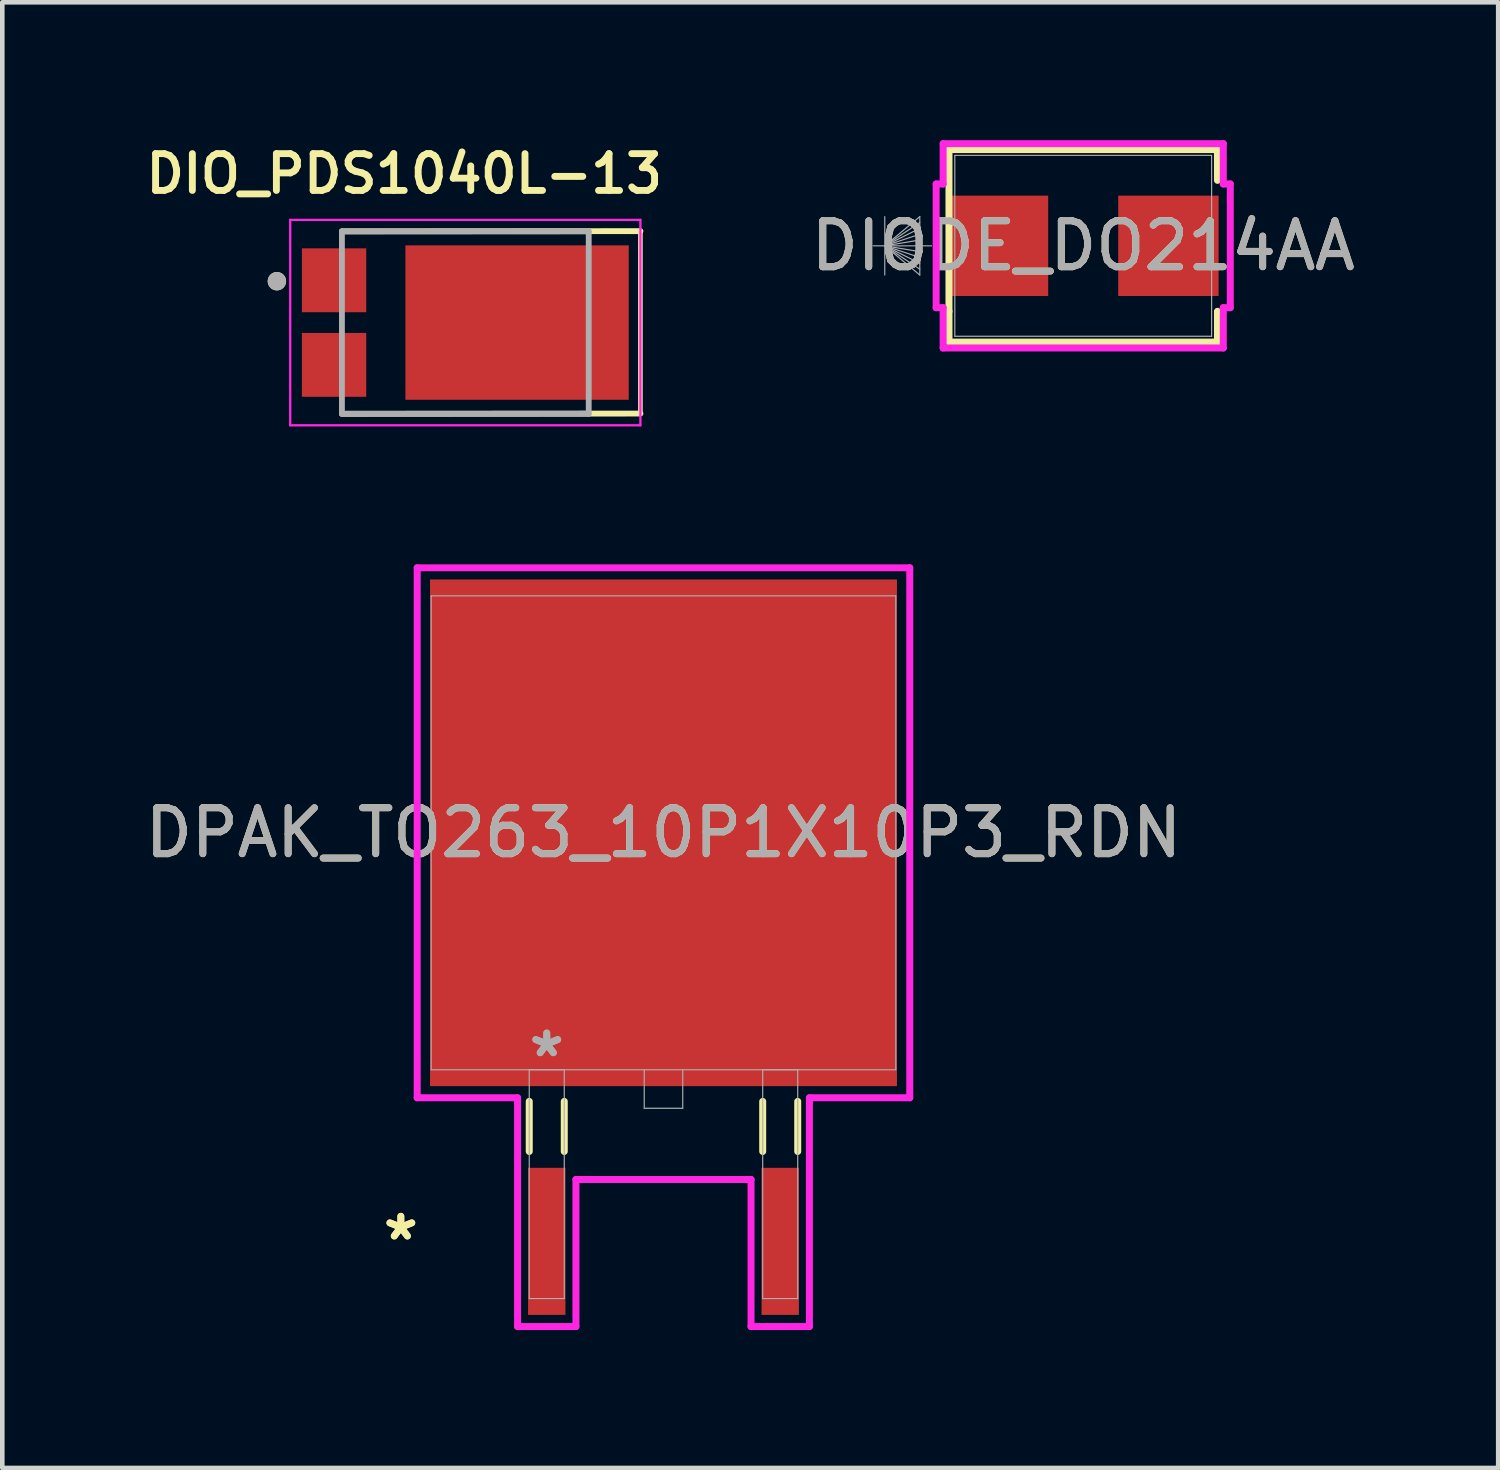
<source format=kicad_pcb>
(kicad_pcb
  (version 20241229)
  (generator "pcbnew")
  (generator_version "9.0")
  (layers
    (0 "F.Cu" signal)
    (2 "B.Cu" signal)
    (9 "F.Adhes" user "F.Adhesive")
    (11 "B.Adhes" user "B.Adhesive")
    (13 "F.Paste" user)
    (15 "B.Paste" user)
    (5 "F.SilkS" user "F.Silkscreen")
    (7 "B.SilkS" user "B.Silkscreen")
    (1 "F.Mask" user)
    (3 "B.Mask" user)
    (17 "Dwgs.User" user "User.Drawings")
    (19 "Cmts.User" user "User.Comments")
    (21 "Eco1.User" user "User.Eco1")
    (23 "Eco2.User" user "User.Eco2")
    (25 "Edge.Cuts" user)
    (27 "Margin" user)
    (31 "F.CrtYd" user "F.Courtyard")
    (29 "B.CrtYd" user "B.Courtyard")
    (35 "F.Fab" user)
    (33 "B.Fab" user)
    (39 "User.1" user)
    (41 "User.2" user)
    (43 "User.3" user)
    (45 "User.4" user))
  (footprint "DPAK_TO263_10P1X10P3_RDN"
    (layer "F.Cu")
    (at 11.387 15.071)
    (property "Reference" "DPAK_TO263_10P1X10P3_RDN" (at 0 0 0) (unlocked yes) (layer "F.SilkS") (effects (font (size 1 1) (thickness 0.15))))
    (attr smd)
    (fp_line (start -2.921 5.845) (end -2.921 6.934) (stroke (width 0.152) (type solid)) (layer "F.SilkS"))
    (fp_line (start -2.159 5.845) (end -2.159 6.934) (stroke (width 0.152) (type solid)) (layer "F.SilkS"))
    (fp_line (start 2.159 5.845) (end 2.159 6.934) (stroke (width 0.152) (type solid)) (layer "F.SilkS"))
    (fp_line (start 2.921 5.845) (end 2.921 6.934) (stroke (width 0.152) (type solid)) (layer "F.SilkS"))
    (fp_line (start -5.359 -5.766) (end 5.359 -5.766) (stroke (width 0.152) (type solid)) (layer "F.CrtYd"))
    (fp_line (start -5.359 5.766) (end -5.359 -5.766) (stroke (width 0.152) (type solid)) (layer "F.CrtYd"))
    (fp_line (start -3.175 5.766) (end -5.359 5.766) (stroke (width 0.152) (type solid)) (layer "F.CrtYd"))
    (fp_line (start -3.175 10.744) (end -3.175 5.766) (stroke (width 0.152) (type solid)) (layer "F.CrtYd"))
    (fp_line (start -1.905 7.544) (end -1.905 10.744) (stroke (width 0.152) (type solid)) (layer "F.CrtYd"))
    (fp_line (start -1.905 10.744) (end -3.175 10.744) (stroke (width 0.152) (type solid)) (layer "F.CrtYd"))
    (fp_line (start 1.905 7.544) (end -1.905 7.544) (stroke (width 0.152) (type solid)) (layer "F.CrtYd"))
    (fp_line (start 1.905 10.744) (end 1.905 7.544) (stroke (width 0.152) (type solid)) (layer "F.CrtYd"))
    (fp_line (start 3.175 5.766) (end 3.175 10.744) (stroke (width 0.152) (type solid)) (layer "F.CrtYd"))
    (fp_line (start 3.175 10.744) (end 1.905 10.744) (stroke (width 0.152) (type solid)) (layer "F.CrtYd"))
    (fp_line (start 5.359 -5.766) (end 5.359 5.766) (stroke (width 0.152) (type solid)) (layer "F.CrtYd"))
    (fp_line (start 5.359 5.766) (end 3.175 5.766) (stroke (width 0.152) (type solid)) (layer "F.CrtYd"))
    (fp_line (start -5.055 -5.156) (end -5.055 5.156) (stroke (width 0.025) (type solid)) (layer "F.Fab"))
    (fp_line (start -5.055 5.156) (end 5.055 5.156) (stroke (width 0.025) (type solid)) (layer "F.Fab"))
    (fp_line (start -2.921 5.156) (end -2.921 10.135) (stroke (width 0.025) (type solid)) (layer "F.Fab"))
    (fp_line (start -2.921 10.135) (end -2.159 10.135) (stroke (width 0.025) (type solid)) (layer "F.Fab"))
    (fp_line (start -2.159 5.156) (end -2.921 5.156) (stroke (width 0.025) (type solid)) (layer "F.Fab"))
    (fp_line (start -2.159 10.135) (end -2.159 5.156) (stroke (width 0.025) (type solid)) (layer "F.Fab"))
    (fp_line (start -0.419 5.156) (end -0.419 5.994) (stroke (width 0.025) (type solid)) (layer "F.Fab"))
    (fp_line (start -0.419 5.994) (end 0.419 5.994) (stroke (width 0.025) (type solid)) (layer "F.Fab"))
    (fp_line (start 0.419 5.994) (end 0.419 5.156) (stroke (width 0.025) (type solid)) (layer "F.Fab"))
    (fp_line (start 2.159 5.156) (end 2.159 10.135) (stroke (width 0.025) (type solid)) (layer "F.Fab"))
    (fp_line (start 2.159 10.135) (end 2.921 10.135) (stroke (width 0.025) (type solid)) (layer "F.Fab"))
    (fp_line (start 2.921 5.156) (end 2.159 5.156) (stroke (width 0.025) (type solid)) (layer "F.Fab"))
    (fp_line (start 2.921 10.135) (end 2.921 5.156) (stroke (width 0.025) (type solid)) (layer "F.Fab"))
    (fp_line (start 5.055 -5.156) (end -5.055 -5.156) (stroke (width 0.025) (type solid)) (layer "F.Fab"))
    (fp_line (start 5.055 5.156) (end 5.055 -5.156) (stroke (width 0.025) (type solid)) (layer "F.Fab"))
    (fp_text user "*" (at -5.715 8.89 0) (layer "F.SilkS") (effects (font (size 1 1) (thickness 0.15))))
    (fp_text user "*" (at -5.715 8.89 0) (unlocked yes) (layer "F.SilkS") (effects (font (size 1 1) (thickness 0.15))))
    (fp_text user "${REFERENCE}" (at 0 0 0) (unlocked yes) (layer "F.Fab") (effects (font (size 1 1) (thickness 0.15))))
    (fp_text user "*" (at -2.54 4.902 0) (unlocked yes) (layer "F.Fab") (effects (font (size 1 1) (thickness 0.15))))
    (fp_text user "*" (at -2.54 4.902 0) (layer "F.Fab") (effects (font (size 1 1) (thickness 0.15))))
    (pad "1" smd rect (at -2.54 8.89) (size 0.813 3.2) (layers "F.Cu" "F.Mask" "F.Paste"))
    (pad "2" smd rect (at 0 0) (size 10.16 11.024) (layers "F.Cu" "F.Mask" "F.Paste"))
    (pad "3" smd rect (at 2.54 8.89) (size 0.813 3.2) (layers "F.Cu" "F.Mask" "F.Paste")))
  (footprint "DIODE_DO214AA"
    (layer "F.Cu")
    (at 20.52 2.299)
    (property "Reference" "DIODE_DO214AA" (at 0 0 0) (unlocked yes) (layer "F.SilkS") (effects (font (size 1 1) (thickness 0.15))))
    (attr smd)
    (fp_line (start -2.921 -2.095) (end -2.921 1.425) (stroke (width 0.152) (type solid)) (layer "F.SilkS"))
    (fp_line (start -2.921 1.425) (end -2.921 2.095) (stroke (width 0.152) (type solid)) (layer "F.SilkS"))
    (fp_line (start -2.921 2.095) (end 2.921 2.095) (stroke (width 0.152) (type solid)) (layer "F.SilkS"))
    (fp_line (start 2.921 -2.095) (end -2.921 -2.095) (stroke (width 0.152) (type solid)) (layer "F.SilkS"))
    (fp_line (start 2.921 -1.425) (end 2.921 -2.095) (stroke (width 0.152) (type solid)) (layer "F.SilkS"))
    (fp_line (start 2.921 2.095) (end 2.921 1.425) (stroke (width 0.152) (type solid)) (layer "F.SilkS"))
    (fp_line (start -3.2 -1.346) (end -3.048 -1.346) (stroke (width 0.152) (type solid)) (layer "F.CrtYd"))
    (fp_line (start -3.2 1.346) (end -3.2 -1.346) (stroke (width 0.152) (type solid)) (layer "F.CrtYd"))
    (fp_line (start -3.048 -2.223) (end 3.048 -2.223) (stroke (width 0.152) (type solid)) (layer "F.CrtYd"))
    (fp_line (start -3.048 -1.346) (end -3.048 -2.223) (stroke (width 0.152) (type solid)) (layer "F.CrtYd"))
    (fp_line (start -3.048 1.346) (end -3.2 1.346) (stroke (width 0.152) (type solid)) (layer "F.CrtYd"))
    (fp_line (start -3.048 2.223) (end -3.048 1.346) (stroke (width 0.152) (type solid)) (layer "F.CrtYd"))
    (fp_line (start 3.048 -2.223) (end 3.048 -1.346) (stroke (width 0.152) (type solid)) (layer "F.CrtYd"))
    (fp_line (start 3.048 -1.346) (end 3.2 -1.346) (stroke (width 0.152) (type solid)) (layer "F.CrtYd"))
    (fp_line (start 3.048 1.346) (end 3.048 2.223) (stroke (width 0.152) (type solid)) (layer "F.CrtYd"))
    (fp_line (start 3.048 2.223) (end -3.048 2.223) (stroke (width 0.152) (type solid)) (layer "F.CrtYd"))
    (fp_line (start 3.2 -1.346) (end 3.2 1.346) (stroke (width 0.152) (type solid)) (layer "F.CrtYd"))
    (fp_line (start 3.2 1.346) (end 3.048 1.346) (stroke (width 0.152) (type solid)) (layer "F.CrtYd"))
    (fp_line (start -4.318 -0.635) (end -4.318 0.635) (stroke (width 0.025) (type solid)) (layer "F.Fab"))
    (fp_line (start -4.318 0) (end -3.556 -0.635) (stroke (width 0.025) (type solid)) (layer "F.Fab"))
    (fp_line (start -4.318 0) (end -3.556 -0.508) (stroke (width 0.025) (type solid)) (layer "F.Fab"))
    (fp_line (start -4.318 0) (end -3.556 -0.381) (stroke (width 0.025) (type solid)) (layer "F.Fab"))
    (fp_line (start -4.318 0) (end -3.556 -0.254) (stroke (width 0.025) (type solid)) (layer "F.Fab"))
    (fp_line (start -4.318 0) (end -3.556 -0.127) (stroke (width 0.025) (type solid)) (layer "F.Fab"))
    (fp_line (start -4.318 0) (end -3.556 0.127) (stroke (width 0.025) (type solid)) (layer "F.Fab"))
    (fp_line (start -4.318 0) (end -3.556 0.254) (stroke (width 0.025) (type solid)) (layer "F.Fab"))
    (fp_line (start -4.318 0) (end -3.556 0.381) (stroke (width 0.025) (type solid)) (layer "F.Fab"))
    (fp_line (start -4.318 0) (end -3.556 0.508) (stroke (width 0.025) (type solid)) (layer "F.Fab"))
    (fp_line (start -4.318 0) (end -3.556 0.635) (stroke (width 0.025) (type solid)) (layer "F.Fab"))
    (fp_line (start -3.556 -0.635) (end -3.556 0.635) (stroke (width 0.025) (type solid)) (layer "F.Fab"))
    (fp_line (start -3.302 0) (end -4.572 0) (stroke (width 0.025) (type solid)) (layer "F.Fab"))
    (fp_line (start -2.794 -1.968) (end -2.794 1.968) (stroke (width 0.025) (type solid)) (layer "F.Fab"))
    (fp_line (start -2.794 1.968) (end 2.794 1.968) (stroke (width 0.025) (type solid)) (layer "F.Fab"))
    (fp_line (start 2.794 -1.968) (end -2.794 -1.968) (stroke (width 0.025) (type solid)) (layer "F.Fab"))
    (fp_line (start 2.794 1.968) (end 2.794 -1.968) (stroke (width 0.025) (type solid)) (layer "F.Fab"))
    (fp_text user "${REFERENCE}" (at 0 0 0) (unlocked yes) (layer "F.Fab") (effects (font (size 1 1) (thickness 0.15))))
    (pad "1" smd rect (at -1.854 0 90) (size 2.184 2.184) (layers "F.Cu" "F.Mask" "F.Paste"))
    (pad "2" smd rect (at 1.854 0 90) (size 2.184 2.184) (layers "F.Cu" "F.Mask" "F.Paste"))
    (zone (net_name "") (layer "F.Cu") (hatch full 0.508) (connect_pads) (min_thickness 0.254) (filled_areas_thickness no) (keepout (tracks not_allowed) (vias not_allowed) (pads allowed) (copperpour not_allowed) (footprints allowed)) (placement (enabled no)) (fill) (polygon (pts (xy 19.809 1.156) (xy 21.231 1.156) (xy 21.231 3.442) (xy 19.809 3.442)))))
  (footprint "DIO_PDS1040L-13"
    (layer "F.Cu")
    (at 7.075 3.969)
    (property "Reference" "DIO_PDS1040L-13" (at -1.33 -3.238 0) (layer "F.SilkS") (effects (font (size 0.8 0.8) (thickness 0.15))))
    (attr smd)
    (fp_line (start -2.685 -1.985) (end 3.81 -1.99) (stroke (width 0.127) (type solid)) (layer "F.SilkS"))
    (fp_line (start 3.81 -1.99) (end 3.81 1.98) (stroke (width 0.1) (type default)) (layer "F.SilkS"))
    (fp_line (start 3.81 1.98) (end -2.685 1.985) (stroke (width 0.127) (type solid)) (layer "F.SilkS"))
    (fp_circle (center -4.1 -0.9) (end -4 -0.9) (stroke (width 0.2) (type solid)) (fill no) (layer "F.SilkS"))
    (fp_poly (pts (xy 0.066 -1.54) (xy 2.186 -1.54) (xy 2.186 1.54) (xy 0.066 1.54)) (stroke (width 0.01) (type solid)) (fill yes) (layer "F.Paste"))
    (fp_line (start -3.81 -2.235) (end 3.81 -2.235) (stroke (width 0.05) (type solid)) (layer "F.CrtYd"))
    (fp_line (start -3.81 2.235) (end -3.81 -2.235) (stroke (width 0.05) (type solid)) (layer "F.CrtYd"))
    (fp_line (start 3.81 -2.235) (end 3.81 2.235) (stroke (width 0.05) (type solid)) (layer "F.CrtYd"))
    (fp_line (start 3.81 2.235) (end -3.81 2.235) (stroke (width 0.05) (type solid)) (layer "F.CrtYd"))
    (fp_line (start -2.685 -1.985) (end 2.685 -1.985) (stroke (width 0.127) (type solid)) (layer "F.Fab"))
    (fp_line (start -2.685 1.985) (end -2.685 -1.985) (stroke (width 0.127) (type solid)) (layer "F.Fab"))
    (fp_line (start 2.685 -1.985) (end 2.685 1.985) (stroke (width 0.127) (type solid)) (layer "F.Fab"))
    (fp_line (start 2.685 1.985) (end -2.685 1.985) (stroke (width 0.127) (type solid)) (layer "F.Fab"))
    (fp_circle (center -4.1 -0.9) (end -4 -0.9) (stroke (width 0.2) (type solid)) (fill no) (layer "F.Fab"))
    (pad "1" smd rect (at -2.856 -0.92) (size 1.4 1.39) (layers "F.Cu" "F.Mask" "F.Paste"))
    (pad "2" smd rect (at -2.856 0.92) (size 1.4 1.39) (layers "F.Cu" "F.Mask" "F.Paste"))
    (pad "3" smd rect (at 1.126 0) (size 4.86 3.36) (layers "F.Cu" "F.Mask")))
  (gr_rect
    (start -3 -3)
    (end 29.55 28.892)
    (stroke (width 0.1) (type default))
    (fill no)
    (layer "Edge.Cuts")))
</source>
